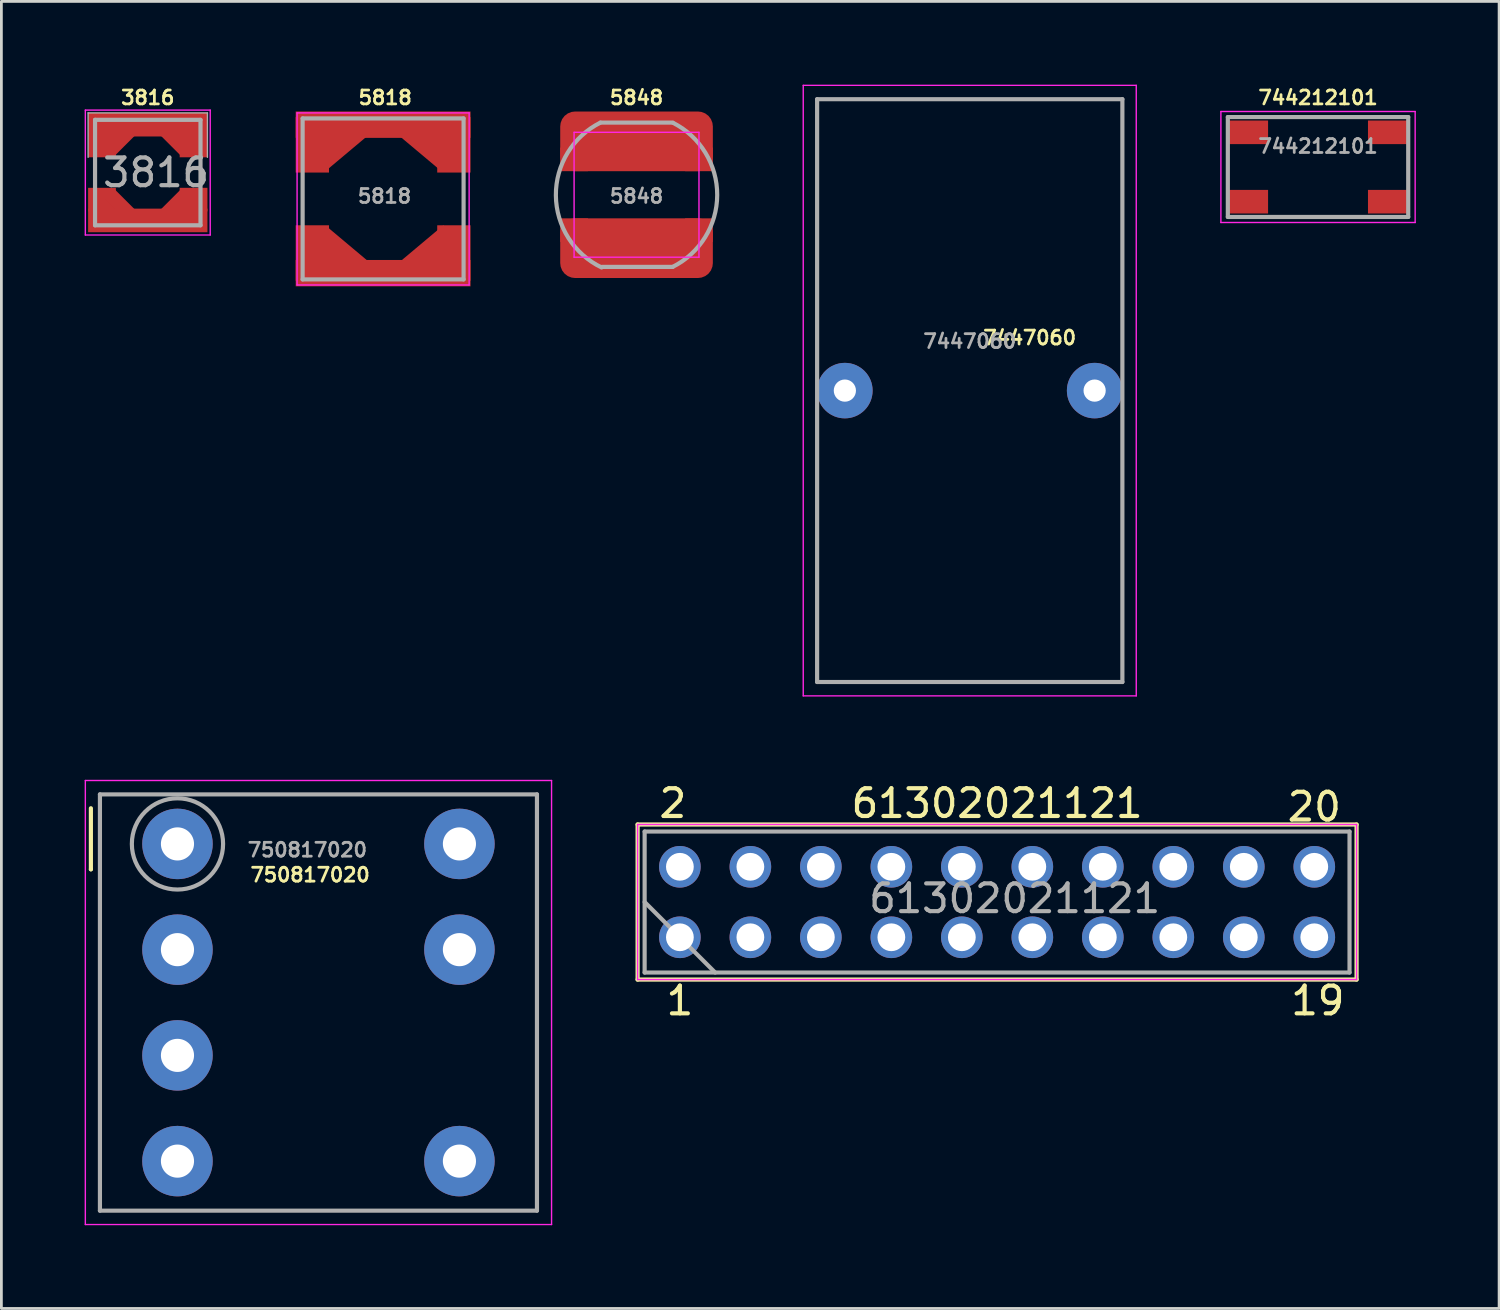
<source format=kicad_pcb>
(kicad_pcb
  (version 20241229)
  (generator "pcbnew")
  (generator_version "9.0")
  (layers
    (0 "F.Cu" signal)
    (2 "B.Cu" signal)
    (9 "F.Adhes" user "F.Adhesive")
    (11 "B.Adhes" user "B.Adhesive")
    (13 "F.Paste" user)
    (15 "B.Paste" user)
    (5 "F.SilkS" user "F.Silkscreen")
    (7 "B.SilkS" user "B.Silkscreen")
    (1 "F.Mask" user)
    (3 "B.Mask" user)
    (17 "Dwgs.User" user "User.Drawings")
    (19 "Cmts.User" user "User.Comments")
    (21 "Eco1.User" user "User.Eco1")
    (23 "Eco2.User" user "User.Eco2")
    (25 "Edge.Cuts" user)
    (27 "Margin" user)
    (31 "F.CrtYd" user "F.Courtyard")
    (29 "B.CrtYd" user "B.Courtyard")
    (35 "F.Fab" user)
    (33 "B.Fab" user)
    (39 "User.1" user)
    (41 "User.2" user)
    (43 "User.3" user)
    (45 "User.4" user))
  (footprint "5818"
    (layer "F.Cu")
    (at 10.755 4.118)
    (property "Reference" "5818" (at 0.075 -3.65 0) (layer "F.SilkS") (effects (font (size 0.5 0.5) (thickness 0.1))))
    (attr smd)
    (fp_line (start -3.1 -3.1) (end -3.1 3.1) (stroke (width 0.05) (type solid)) (layer "F.CrtYd"))
    (fp_line (start -3.1 3.1) (end 3.1 3.1) (stroke (width 0.05) (type solid)) (layer "F.CrtYd"))
    (fp_line (start 3.1 -3.1) (end -3.1 -3.1) (stroke (width 0.05) (type solid)) (layer "F.CrtYd"))
    (fp_line (start 3.1 3.1) (end 3.1 -3.1) (stroke (width 0.05) (type solid)) (layer "F.CrtYd"))
    (fp_line (start -2.9 -2.9) (end 2.9 -2.9) (stroke (width 0.15) (type solid)) (layer "F.Fab"))
    (fp_line (start -2.9 2.9) (end -2.9 -2.9) (stroke (width 0.15) (type solid)) (layer "F.Fab"))
    (fp_line (start 2.9 -2.9) (end 2.9 2.9) (stroke (width 0.15) (type solid)) (layer "F.Fab"))
    (fp_line (start 2.9 2.9) (end -2.9 2.9) (stroke (width 0.15) (type solid)) (layer "F.Fab"))
    (fp_text user "${REFERENCE}" (at 0.05 -0.1 0) (layer "F.Fab") (effects (font (size 0.5 0.5) (thickness 0.1))))
    (pad "1" smd rect (at -2.55 1.95) (size 1.2 2) (layers "F.Cu" "F.Mask" "F.Paste"))
    (pad "1" smd rect (at -1.55 2.05 320) (size 2 1) (layers "F.Cu" "F.Mask" "F.Paste"))
    (pad "1" smd rect (at 0 2.675) (size 6.3 0.95) (layers "F.Cu" "F.Mask" "F.Paste"))
    (pad "1" smd rect (at 1.725 1.975 40) (size 2 1) (layers "F.Cu" "F.Mask" "F.Paste"))
    (pad "1" smd rect (at 2.55 1.95) (size 1.2 2) (layers "F.Cu" "F.Mask" "F.Paste"))
    (pad "2" smd rect (at -2.55 -1.95) (size 1.2 2) (layers "F.Cu" "F.Mask" "F.Paste"))
    (pad "2" smd rect (at -1.575 -2.075 40) (size 2 1) (layers "F.Cu" "F.Mask" "F.Paste"))
    (pad "2" smd rect (at 0 -2.675) (size 6.3 0.95) (layers "F.Cu" "F.Mask" "F.Paste"))
    (pad "2" smd rect (at 1.625 -2.05 320) (size 2 1) (layers "F.Cu" "F.Mask" "F.Paste"))
    (pad "2" smd rect (at 2.55 -1.95) (size 1.2 2) (layers "F.Cu" "F.Mask" "F.Paste")))
  (footprint "744212101"
    (layer "F.Cu")
    (at 44.444 2.968)
    (property "Reference" "744212101" (at 0 -2.5 0) (layer "F.SilkS") (effects (font (size 0.5 0.5) (thickness 0.1))))
    (attr smd)
    (fp_line (start -3.5 -2) (end -3.5 2) (stroke (width 0.05) (type solid)) (layer "F.CrtYd"))
    (fp_line (start -3.5 2) (end 3.5 2) (stroke (width 0.05) (type solid)) (layer "F.CrtYd"))
    (fp_line (start 3.5 -2) (end -3.5 -2) (stroke (width 0.05) (type solid)) (layer "F.CrtYd"))
    (fp_line (start 3.5 2) (end 3.5 -2) (stroke (width 0.05) (type solid)) (layer "F.CrtYd"))
    (fp_line (start -3.25 -1.8) (end 3.25 -1.8) (stroke (width 0.15) (type solid)) (layer "F.Fab"))
    (fp_line (start -3.25 1.8) (end -3.25 -1.8) (stroke (width 0.15) (type solid)) (layer "F.Fab"))
    (fp_line (start 3.25 -1.8) (end 3.25 1.8) (stroke (width 0.15) (type solid)) (layer "F.Fab"))
    (fp_line (start 3.25 1.8) (end -3.25 1.8) (stroke (width 0.15) (type solid)) (layer "F.Fab"))
    (fp_text user "${REFERENCE}" (at 0 -0.75 180) (layer "F.Fab") (effects (font (size 0.5 0.5) (thickness 0.1))))
    (pad "1" smd rect (at -2.55 1.25) (size 1.5 0.85) (layers "F.Cu" "F.Mask" "F.Paste"))
    (pad "3" smd rect (at -2.55 -1.25) (size 1.5 0.85) (layers "F.Cu" "F.Mask" "F.Paste"))
    (pad "4" smd rect (at 2.55 -1.25) (size 1.5 0.85) (layers "F.Cu" "F.Mask" "F.Paste"))
    (pad "5" smd rect (at 2.55 1.25) (size 1.5 0.85) (layers "F.Cu" "F.Mask" "F.Paste")))
  (footprint "5848"
    (layer "F.Cu")
    (at 19.887 3.968)
    (property "Reference" "5848" (at 0 -3.5 0) (layer "F.SilkS") (effects (font (size 0.5 0.5) (thickness 0.1))))
    (attr smd)
    (fp_line (start -2.25 -2.25) (end -2.25 2.25) (stroke (width 0.05) (type solid)) (layer "F.CrtYd"))
    (fp_line (start -2.25 2.25) (end 2.25 2.25) (stroke (width 0.05) (type solid)) (layer "F.CrtYd"))
    (fp_line (start 2.25 -2.25) (end -2.25 -2.25) (stroke (width 0.05) (type solid)) (layer "F.CrtYd"))
    (fp_line (start 2.25 2.25) (end 2.25 -2.25) (stroke (width 0.05) (type solid)) (layer "F.CrtYd"))
    (fp_line (start -1.3 -2.6) (end 1.3 -2.6) (stroke (width 0.15) (type solid)) (layer "F.Fab"))
    (fp_line (start 1.3 2.6) (end -1.25 2.6) (stroke (width 0.15) (type solid)) (layer "F.Fab"))
    (fp_arc (start -1.259539 2.61984) (mid -2.906801 0.022532) (end -1.3 -2.6) (stroke (width 0.15) (type solid)) (layer "F.Fab"))
    (fp_arc (start 1.320273 -2.589764) (mid 2.906866 0.011355) (end 1.3 2.6) (stroke (width 0.15) (type solid)) (layer "F.Fab"))
    (fp_text user "${REFERENCE}" (at 0 0.05 0) (layer "F.Fab") (effects (font (size 0.5 0.5) (thickness 0.1))))
    (pad "1" smd rect (at -2.25 1.275) (size 1 0.85) (layers "F.Cu" "F.Mask" "F.Paste"))
    (pad "1" smd roundrect (at 0 1.925) (size 5.5 2.15) (layers "F.Cu" "F.Mask" "F.Paste") (roundrect_rratio 0.25))
    (pad "1" smd rect (at 2.25 1.275) (size 1 0.85) (layers "F.Cu" "F.Mask" "F.Paste"))
    (pad "2" smd rect (at -2.25 -1.275) (size 1 0.85) (layers "F.Cu" "F.Mask" "F.Paste"))
    (pad "2" smd roundrect (at 0 -1.925) (size 5.5 2.15) (layers "F.Cu" "F.Mask" "F.Paste") (roundrect_rratio 0.25))
    (pad "2" smd rect (at 2.25 -1.275) (size 1 0.85) (layers "F.Cu" "F.Mask" "F.Paste")))
  (footprint "7447060"
    (layer "F.Cu")
    (at 31.894 11.025)
    (property "Reference" "7447060" (at 2.159 -1.905 0) (layer "F.SilkS") (effects (font (size 0.5 0.5) (thickness 0.1))))
    (attr through_hole)
    (fp_line (start -6 -11) (end 6 -11) (stroke (width 0.05) (type solid)) (layer "F.CrtYd"))
    (fp_line (start -6 11) (end -6 -11) (stroke (width 0.05) (type solid)) (layer "F.CrtYd"))
    (fp_line (start 6 -11) (end 6 11) (stroke (width 0.05) (type solid)) (layer "F.CrtYd"))
    (fp_line (start 6 11) (end -6 11) (stroke (width 0.05) (type solid)) (layer "F.CrtYd"))
    (fp_line (start -5.5 -10.5) (end 5.5 -10.5) (stroke (width 0.15) (type solid)) (layer "F.Fab"))
    (fp_line (start -5.5 10.5) (end -5.5 -10.5) (stroke (width 0.15) (type solid)) (layer "F.Fab"))
    (fp_line (start 5.5 -10.5) (end 5.5 10.5) (stroke (width 0.15) (type solid)) (layer "F.Fab"))
    (fp_line (start 5.5 10.5) (end -5.5 10.5) (stroke (width 0.15) (type solid)) (layer "F.Fab"))
    (fp_text user "${REFERENCE}" (at 0 -1.778 0) (layer "F.Fab") (effects (font (size 0.5 0.5) (thickness 0.1))))
    (pad "1" thru_hole circle (at -4.5 0) (size 2 2) (drill 0.8) (layers "*.Cu" "*.Mask"))
    (pad "2" thru_hole circle (at 4.5 0) (size 2 2) (drill 0.8) (layers "*.Cu" "*.Mask")))
  (footprint "3816"
    (layer "F.Cu")
    (at 2.275 3.168)
    (property "Reference" "3816" (at 0 -2.7 0) (layer "F.SilkS") (effects (font (size 0.5 0.5) (thickness 0.1))))
    (attr smd)
    (fp_line (start -2.25 -2.25) (end -2.25 2.25) (stroke (width 0.05) (type solid)) (layer "F.CrtYd"))
    (fp_line (start -2.25 2.25) (end 2.25 2.25) (stroke (width 0.05) (type solid)) (layer "F.CrtYd"))
    (fp_line (start 2.25 -2.25) (end -2.25 -2.25) (stroke (width 0.05) (type solid)) (layer "F.CrtYd"))
    (fp_line (start 2.25 2.25) (end 2.25 -2.25) (stroke (width 0.05) (type solid)) (layer "F.CrtYd"))
    (fp_line (start -2.15 -2.15) (end 2.15 -2.15) (stroke (width 0.05) (type solid)) (layer "F.Fab"))
    (fp_line (start -2.15 -0.55) (end -2.15 -2.15) (stroke (width 0.05) (type solid)) (layer "F.Fab"))
    (fp_line (start -1.9 -1.9) (end 1.9 -1.9) (stroke (width 0.15) (type solid)) (layer "F.Fab"))
    (fp_line (start -1.9 1.9) (end -1.9 -1.9) (stroke (width 0.15) (type solid)) (layer "F.Fab"))
    (fp_line (start 1.9 -1.9) (end 1.9 1.9) (stroke (width 0.15) (type solid)) (layer "F.Fab"))
    (fp_line (start 1.9 1.9) (end -1.9 1.9) (stroke (width 0.15) (type solid)) (layer "F.Fab"))
    (fp_line (start 2.15 -2.15) (end 2.15 -0.55) (stroke (width 0.05) (type solid)) (layer "F.Fab"))
    (fp_text user "${REFERENCE}" (at 0.3 0 0) (layer "F.Fab") (effects (font (size 1 1) (thickness 0.15))))
    (pad "1" smd rect (at -1.65 0.975) (size 1 0.85) (layers "F.Cu" "F.Mask" "F.Paste"))
    (pad "1" smd rect (at -0.85 1.3 315) (size 1.5 0.5) (layers "F.Cu" "F.Mask" "F.Paste"))
    (pad "1" smd rect (at 0 1.725) (size 4.3 0.85) (layers "F.Cu" "F.Mask" "F.Paste"))
    (pad "1" smd rect (at 0.85 1.3 45) (size 1.5 0.5) (layers "F.Cu" "F.Mask" "F.Paste"))
    (pad "1" smd rect (at 1.65 0.975) (size 1 0.85) (layers "F.Cu" "F.Mask" "F.Paste"))
    (pad "2" smd rect (at -1.65 -0.975) (size 1 0.85) (layers "F.Cu" "F.Mask" "F.Paste"))
    (pad "2" smd rect (at -0.85 -1.3 45) (size 1.5 0.5) (layers "F.Cu" "F.Mask" "F.Paste"))
    (pad "2" smd rect (at 0 -1.725) (size 4.3 0.85) (layers "F.Cu" "F.Mask" "F.Paste"))
    (pad "2" smd rect (at 0.85 -1.3 315) (size 1.5 0.5) (layers "F.Cu" "F.Mask" "F.Paste"))
    (pad "2" smd rect (at 1.65 -0.975) (size 1 0.85) (layers "F.Cu" "F.Mask" "F.Paste")))
  (footprint "61302021121"
    (layer "F.Cu")
    (at 32.879 29.454)
    (property "Reference" "61302021121" (at 0 -3.556 0) (layer "F.SilkS") (effects (font (size 1 1) (thickness 0.15))))
    (attr through_hole)
    (fp_line (start -12.954 -2.794) (end -12.954 2.794) (stroke (width 0.15) (type solid)) (layer "F.SilkS"))
    (fp_line (start -12.954 2.794) (end 12.954 2.794) (stroke (width 0.15) (type solid)) (layer "F.SilkS"))
    (fp_line (start 12.954 -2.794) (end -12.954 -2.794) (stroke (width 0.15) (type solid)) (layer "F.SilkS"))
    (fp_line (start 12.954 2.794) (end 12.954 -2.794) (stroke (width 0.15) (type solid)) (layer "F.SilkS"))
    (fp_line (start -12.954 -2.794) (end 12.954 -2.794) (stroke (width 0.05) (type solid)) (layer "F.CrtYd"))
    (fp_line (start -12.954 2.794) (end -12.954 -2.794) (stroke (width 0.05) (type solid)) (layer "F.CrtYd"))
    (fp_line (start 12.954 -2.794) (end 12.954 2.794) (stroke (width 0.05) (type solid)) (layer "F.CrtYd"))
    (fp_line (start 12.954 2.794) (end -12.954 2.794) (stroke (width 0.05) (type solid)) (layer "F.CrtYd"))
    (fp_line (start -12.7 -2.54) (end 12.7 -2.54) (stroke (width 0.15) (type solid)) (layer "F.Fab"))
    (fp_line (start -12.7 0) (end -10.16 2.54) (stroke (width 0.15) (type solid)) (layer "F.Fab"))
    (fp_line (start -12.7 2.54) (end -12.7 -2.54) (stroke (width 0.15) (type solid)) (layer "F.Fab"))
    (fp_line (start 12.7 -2.54) (end 12.7 2.54) (stroke (width 0.15) (type solid)) (layer "F.Fab"))
    (fp_line (start 12.7 2.54) (end -12.7 2.54) (stroke (width 0.15) (type solid)) (layer "F.Fab"))
    (fp_text user "2" (at -11.684 -3.556 0) (layer "F.SilkS") (effects (font (size 1 1) (thickness 0.15))))
    (fp_text user "19" (at 11.557 3.556 0) (layer "F.SilkS") (effects (font (size 1 1) (thickness 0.15))))
    (fp_text user "20" (at 11.43 -3.429 0) (layer "F.SilkS") (effects (font (size 1 1) (thickness 0.15))))
    (fp_text user "1" (at -11.43 3.556 0) (layer "F.SilkS") (effects (font (size 1 1) (thickness 0.15))))
    (fp_text user "${REFERENCE}" (at 0.635 -0.127 0) (layer "F.Fab") (effects (font (size 1 1) (thickness 0.15))))
    (pad "1" thru_hole circle (at -11.43 1.27) (size 1.5 1.5) (drill 1) (layers "*.Cu" "*.Mask"))
    (pad "2" thru_hole circle (at -11.43 -1.27) (size 1.5 1.5) (drill 1) (layers "*.Cu" "*.Mask"))
    (pad "3" thru_hole circle (at -8.89 1.27) (size 1.5 1.5) (drill 1) (layers "*.Cu" "*.Mask"))
    (pad "4" thru_hole circle (at -8.89 -1.27) (size 1.5 1.5) (drill 1) (layers "*.Cu" "*.Mask"))
    (pad "5" thru_hole circle (at -6.35 1.27) (size 1.5 1.5) (drill 1) (layers "*.Cu" "*.Mask"))
    (pad "6" thru_hole circle (at -6.35 -1.27) (size 1.5 1.5) (drill 1) (layers "*.Cu" "*.Mask"))
    (pad "7" thru_hole circle (at -3.81 1.27) (size 1.5 1.5) (drill 1) (layers "*.Cu" "*.Mask"))
    (pad "8" thru_hole circle (at -3.81 -1.27) (size 1.5 1.5) (drill 1) (layers "*.Cu" "*.Mask"))
    (pad "9" thru_hole circle (at -1.27 1.27) (size 1.5 1.5) (drill 1) (layers "*.Cu" "*.Mask"))
    (pad "10" thru_hole circle (at -1.27 -1.27) (size 1.5 1.5) (drill 1) (layers "*.Cu" "*.Mask"))
    (pad "11" thru_hole circle (at 1.27 1.27) (size 1.5 1.5) (drill 1) (layers "*.Cu" "*.Mask"))
    (pad "12" thru_hole circle (at 1.27 -1.27) (size 1.5 1.5) (drill 1) (layers "*.Cu" "*.Mask"))
    (pad "13" thru_hole circle (at 3.81 1.27) (size 1.5 1.5) (drill 1) (layers "*.Cu" "*.Mask"))
    (pad "14" thru_hole circle (at 3.81 -1.27) (size 1.5 1.5) (drill 1) (layers "*.Cu" "*.Mask"))
    (pad "15" thru_hole circle (at 6.35 1.27) (size 1.5 1.5) (drill 1) (layers "*.Cu" "*.Mask"))
    (pad "16" thru_hole circle (at 6.35 -1.27) (size 1.5 1.5) (drill 1) (layers "*.Cu" "*.Mask"))
    (pad "17" thru_hole circle (at 8.89 1.27) (size 1.5 1.5) (drill 1) (layers "*.Cu" "*.Mask"))
    (pad "18" thru_hole circle (at 8.89 -1.27) (size 1.5 1.5) (drill 1) (layers "*.Cu" "*.Mask"))
    (pad "19" thru_hole circle (at 11.43 1.27) (size 1.5 1.5) (drill 1) (layers "*.Cu" "*.Mask"))
    (pad "20" thru_hole circle (at 11.43 -1.27) (size 1.5 1.5) (drill 1) (layers "*.Cu" "*.Mask")))
  (footprint "750817020"
    (layer "F.Cu")
    (at 8.425 33.075)
    (property "Reference" "750817020" (at -0.3 -4.6 0) (layer "F.SilkS") (effects (font (size 0.5 0.5) (thickness 0.1))))
    (attr smd)
    (fp_line (start -8.2 -7) (end -8.2 -4.8) (stroke (width 0.15) (type solid)) (layer "F.SilkS"))
    (fp_line (start -8.2 -4.8) (end -8.2 -4.8) (stroke (width 0.15) (type solid)) (layer "F.SilkS"))
    (fp_line (start -8.4 -8) (end 8.4 -8) (stroke (width 0.05) (type solid)) (layer "F.CrtYd"))
    (fp_line (start -8.4 8) (end -8.4 -8) (stroke (width 0.05) (type solid)) (layer "F.CrtYd"))
    (fp_line (start 8.4 -8) (end 8.4 8) (stroke (width 0.05) (type solid)) (layer "F.CrtYd"))
    (fp_line (start 8.4 8) (end -8.4 8) (stroke (width 0.05) (type solid)) (layer "F.CrtYd"))
    (fp_line (start -7.874 -7.5) (end 7.874 -7.5) (stroke (width 0.15) (type solid)) (layer "F.Fab"))
    (fp_line (start -7.874 7.5) (end -7.874 -7.5) (stroke (width 0.15) (type solid)) (layer "F.Fab"))
    (fp_line (start 7.874 -7.5) (end 7.874 7.5) (stroke (width 0.15) (type solid)) (layer "F.Fab"))
    (fp_line (start 7.874 7.5) (end -7.874 7.5) (stroke (width 0.15) (type solid)) (layer "F.Fab"))
    (fp_circle (center -5.08 -5.715) (end -3.6 -5) (stroke (width 0.15) (type solid)) (fill no) (layer "F.Fab"))
    (fp_text user "${REFERENCE}" (at -0.4 -5.5 0) (layer "F.Fab") (effects (font (size 0.5 0.5) (thickness 0.1))))
    (pad "1" thru_hole circle (at -5.08 -5.715) (size 2.54 2.54) (drill 1.194) (layers "*.Cu" "*.Mask"))
    (pad "2" thru_hole circle (at -5.08 -1.905) (size 2.54 2.54) (drill 1.194) (layers "*.Cu" "*.Mask"))
    (pad "3" thru_hole circle (at -5.08 1.905) (size 2.54 2.54) (drill 1.194) (layers "*.Cu" "*.Mask"))
    (pad "4" thru_hole circle (at -5.08 5.715) (size 2.54 2.54) (drill 1.194) (layers "*.Cu" "*.Mask"))
    (pad "5" thru_hole circle (at 5.08 5.715) (size 2.54 2.54) (drill 1.194) (layers "*.Cu" "*.Mask"))
    (pad "7" thru_hole circle (at 5.08 -1.905) (size 2.54 2.54) (drill 1.194) (layers "*.Cu" "*.Mask"))
    (pad "8" thru_hole circle (at 5.08 -5.715) (size 2.54 2.54) (drill 1.194) (layers "*.Cu" "*.Mask")))
  (gr_rect
    (start -3 -3)
    (end 50.969 44.1)
    (stroke (width 0.1) (type default))
    (fill no)
    (layer "Edge.Cuts")))
</source>
